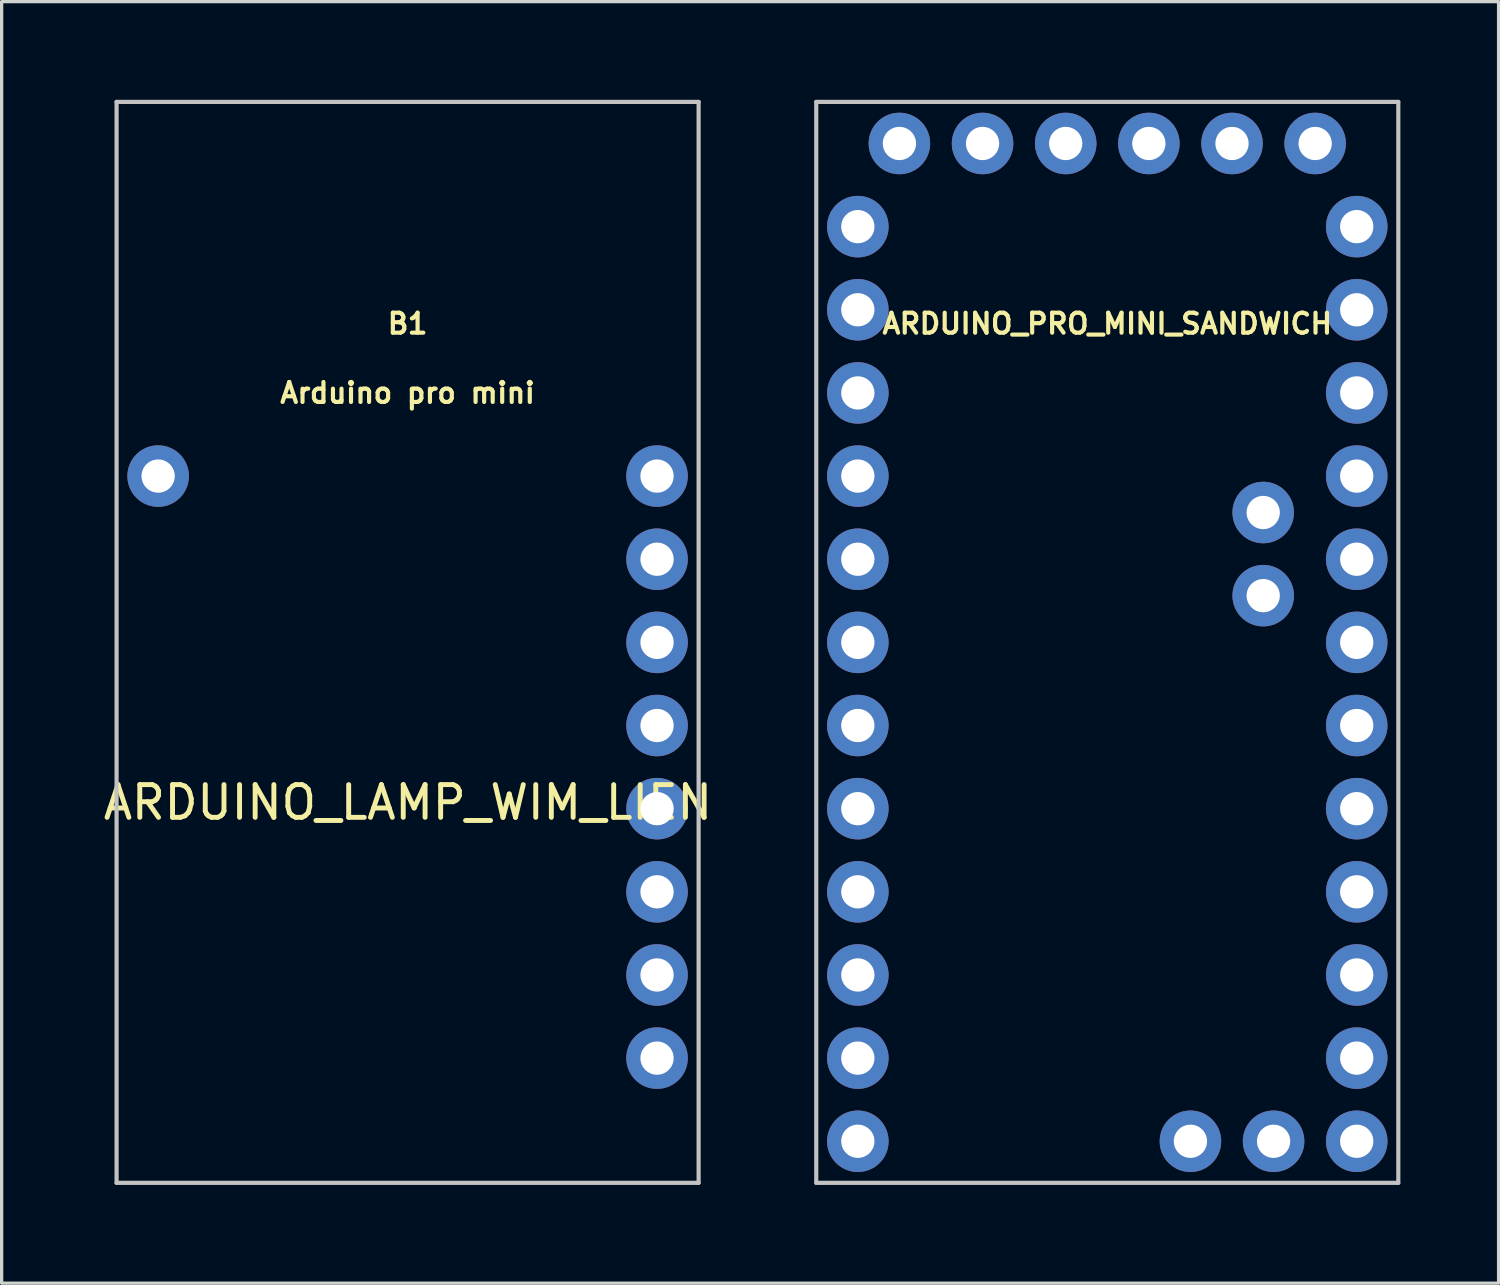
<source format=kicad_pcb>
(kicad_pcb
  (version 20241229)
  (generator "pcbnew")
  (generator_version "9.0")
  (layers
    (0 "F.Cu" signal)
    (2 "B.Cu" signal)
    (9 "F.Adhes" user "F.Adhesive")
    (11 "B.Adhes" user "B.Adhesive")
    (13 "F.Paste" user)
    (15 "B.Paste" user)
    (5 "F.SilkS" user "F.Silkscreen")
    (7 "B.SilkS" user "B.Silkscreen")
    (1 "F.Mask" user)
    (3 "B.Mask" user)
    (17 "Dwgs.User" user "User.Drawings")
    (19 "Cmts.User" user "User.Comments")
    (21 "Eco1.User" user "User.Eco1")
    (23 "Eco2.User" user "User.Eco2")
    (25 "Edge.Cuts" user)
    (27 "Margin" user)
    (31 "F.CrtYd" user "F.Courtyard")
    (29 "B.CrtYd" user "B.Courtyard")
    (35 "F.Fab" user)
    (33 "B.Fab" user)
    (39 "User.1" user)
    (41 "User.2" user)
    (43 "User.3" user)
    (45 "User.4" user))
  (footprint "ARDUINO_PRO_MINI_SANDWICH"
    (layer "F.Cu")
    (at 30.775 16.573)
    (property "Reference" "ARDUINO_PRO_MINI_SANDWICH" (at 0 -9.736 180) (layer "F.SilkS") (effects (font (size 0.61 0.61) (thickness 0.127))))
    (attr exclude_from_pos_files exclude_from_bom)
    (fp_line (start -8.89 -16.51) (end -8.89 16.51) (stroke (width 0.127) (type solid)) (layer "Dwgs.User"))
    (fp_line (start -8.89 16.51) (end 8.89 16.51) (stroke (width 0.127) (type solid)) (layer "Dwgs.User"))
    (fp_line (start 8.89 -16.51) (end -8.89 -16.51) (stroke (width 0.127) (type solid)) (layer "Dwgs.User"))
    (fp_line (start 8.89 16.51) (end 8.89 -16.51) (stroke (width 0.127) (type solid)) (layer "Dwgs.User"))
    (pad "2" thru_hole circle (at -7.62 -2.54) (size 1.88 1.88) (drill 1.016) (layers "*.Cu" "*.Mask"))
    (pad "3" thru_hole circle (at -7.62 0) (size 1.88 1.88) (drill 1.016) (layers "*.Cu" "*.Mask"))
    (pad "4" thru_hole circle (at -7.62 2.54) (size 1.88 1.88) (drill 1.016) (layers "*.Cu" "*.Mask"))
    (pad "5" thru_hole circle (at -7.62 5.08) (size 1.88 1.88) (drill 1.016) (layers "*.Cu" "*.Mask"))
    (pad "6" thru_hole circle (at -7.62 7.62) (size 1.88 1.88) (drill 1.016) (layers "*.Cu" "*.Mask"))
    (pad "7" thru_hole circle (at -7.62 10.16) (size 1.88 1.88) (drill 1.016) (layers "*.Cu" "*.Mask"))
    (pad "8" thru_hole circle (at -7.62 12.7) (size 1.88 1.88) (drill 1.016) (layers "*.Cu" "*.Mask"))
    (pad "9" thru_hole circle (at -7.62 15.24) (size 1.88 1.88) (drill 1.016) (layers "*.Cu" "*.Mask"))
    (pad "10" thru_hole circle (at 7.62 15.24) (size 1.88 1.88) (drill 1.016) (layers "*.Cu" "*.Mask"))
    (pad "11" thru_hole circle (at 7.62 12.7) (size 1.88 1.88) (drill 1.016) (layers "*.Cu" "*.Mask"))
    (pad "12" thru_hole circle (at 7.62 10.16) (size 1.88 1.88) (drill 1.016) (layers "*.Cu" "*.Mask"))
    (pad "13" thru_hole circle (at 7.62 7.62) (size 1.88 1.88) (drill 1.016) (layers "*.Cu" "*.Mask"))
    (pad "A0" thru_hole circle (at 7.62 5.08) (size 1.88 1.88) (drill 1.016) (layers "*.Cu" "*.Mask"))
    (pad "A1" thru_hole circle (at 7.62 2.54) (size 1.88 1.88) (drill 1.016) (layers "*.Cu" "*.Mask"))
    (pad "A2" thru_hole circle (at 7.62 0) (size 1.88 1.88) (drill 1.016) (layers "*.Cu" "*.Mask"))
    (pad "A3" thru_hole circle (at 7.62 -2.54) (size 1.88 1.88) (drill 1.016) (layers "*.Cu" "*.Mask"))
    (pad "A4" thru_hole circle (at 4.763 -1.427) (size 1.88 1.88) (drill 1.016) (layers "*.Cu" "*.Mask"))
    (pad "A5" thru_hole circle (at 4.763 -3.967) (size 1.88 1.88) (drill 1.016) (layers "*.Cu" "*.Mask"))
    (pad "A6" thru_hole circle (at 2.54 15.24) (size 1.88 1.88) (drill 1.016) (layers "*.Cu" "*.Mask"))
    (pad "A7" thru_hole circle (at 5.08 15.24) (size 1.88 1.88) (drill 1.016) (layers "*.Cu" "*.Mask"))
    (pad "DTR" thru_hole circle (at -6.35 -15.24) (size 1.88 1.88) (drill 1.016) (layers "*.Cu" "*.Mask"))
    (pad "GND" thru_hole circle (at -7.62 -5.08) (size 1.88 1.88) (drill 1.016) (layers "*.Cu" "*.Mask"))
    (pad "GND" thru_hole circle (at 3.81 -15.24 270) (size 1.88 1.88) (drill 1.016) (layers "*.Cu" "*.Mask"))
    (pad "GND" thru_hole circle (at 6.35 -15.24 270) (size 1.88 1.88) (drill 1.016) (layers "*.Cu" "*.Mask"))
    (pad "GND" thru_hole circle (at 7.62 -10.16) (size 1.88 1.88) (drill 1.016) (layers "*.Cu" "*.Mask"))
    (pad "RAW" thru_hole circle (at 7.62 -12.7) (size 1.88 1.88) (drill 1.016) (layers "*.Cu" "*.Mask"))
    (pad "RST" thru_hole circle (at -7.62 -7.62) (size 1.88 1.88) (drill 1.016) (layers "*.Cu" "*.Mask"))
    (pad "RST" thru_hole circle (at 7.62 -7.62) (size 1.88 1.88) (drill 1.016) (layers "*.Cu" "*.Mask"))
    (pad "RXI" thru_hole circle (at -7.62 -10.16) (size 1.88 1.88) (drill 1.016) (layers "*.Cu" "*.Mask"))
    (pad "RXI" thru_hole circle (at -1.27 -15.24) (size 1.88 1.88) (drill 1.016) (layers "*.Cu" "*.Mask"))
    (pad "TXO" thru_hole circle (at -7.62 -12.7) (size 1.88 1.88) (drill 1.016) (layers "*.Cu" "*.Mask"))
    (pad "TXO" thru_hole circle (at -3.81 -15.24) (size 1.88 1.88) (drill 1.016) (layers "*.Cu" "*.Mask"))
    (pad "VCC" thru_hole circle (at 1.27 -15.24) (size 1.88 1.88) (drill 1.016) (layers "*.Cu" "*.Mask"))
    (pad "VCC" thru_hole circle (at 7.62 -5.08) (size 1.88 1.88) (drill 1.016) (layers "*.Cu" "*.Mask")))
  (footprint "ARDUINO_LAMP_WIM_LIEN"
    (layer "F.Cu")
    (at 9.411 17.863)
    (property "Reference" "ARDUINO_LAMP_WIM_LIEN" (at 0 3.6 0) (layer "F.SilkS") (effects (font (size 1 1) (thickness 0.15))))
    (attr through_hole)
    (fp_line (start -8.9 -17.8) (end -8.9 15.22) (stroke (width 0.127) (type solid)) (layer "Dwgs.User"))
    (fp_line (start -8.9 15.22) (end 8.88 15.22) (stroke (width 0.127) (type solid)) (layer "Dwgs.User"))
    (fp_line (start 8.88 -17.8) (end -8.9 -17.8) (stroke (width 0.127) (type solid)) (layer "Dwgs.User"))
    (fp_line (start 8.88 15.22) (end 8.88 -17.8) (stroke (width 0.127) (type solid)) (layer "Dwgs.User"))
    (fp_text user "Arduino pro mini" (at -0.01 -8.91 0) (layer "F.SilkS") (effects (font (size 0.61 0.61) (thickness 0.127))))
    (fp_text user "B1" (at -0.01 -11.026 180) (layer "F.SilkS") (effects (font (size 0.61 0.61) (thickness 0.127))))
    (pad "11" thru_hole circle (at 7.61 11.41) (size 1.88 1.88) (drill 1.016) (layers "*.Cu" "*.Mask"))
    (pad "12" thru_hole circle (at 7.61 8.87) (size 1.88 1.88) (drill 1.016) (layers "*.Cu" "*.Mask"))
    (pad "13" thru_hole circle (at 7.61 6.33) (size 1.88 1.88) (drill 1.016) (layers "*.Cu" "*.Mask"))
    (pad "A0" thru_hole circle (at 7.61 3.79) (size 1.88 1.88) (drill 1.016) (layers "*.Cu" "*.Mask"))
    (pad "A1" thru_hole circle (at 7.61 1.25) (size 1.88 1.88) (drill 1.016) (layers "*.Cu" "*.Mask"))
    (pad "A2" thru_hole circle (at 7.61 -1.29) (size 1.88 1.88) (drill 1.016) (layers "*.Cu" "*.Mask"))
    (pad "A3" thru_hole circle (at 7.61 -3.83) (size 1.88 1.88) (drill 1.016) (layers "*.Cu" "*.Mask"))
    (pad "GND" thru_hole circle (at -7.63 -6.37) (size 1.88 1.88) (drill 1.016) (layers "*.Cu" "*.Mask"))
    (pad "VCC" thru_hole circle (at 7.61 -6.37) (size 1.88 1.88) (drill 1.016) (layers "*.Cu" "*.Mask")))
  (gr_rect
    (start -3 -3)
    (end 42.728 36.147)
    (stroke (width 0.1) (type default))
    (fill no)
    (layer "Edge.Cuts")))
</source>
